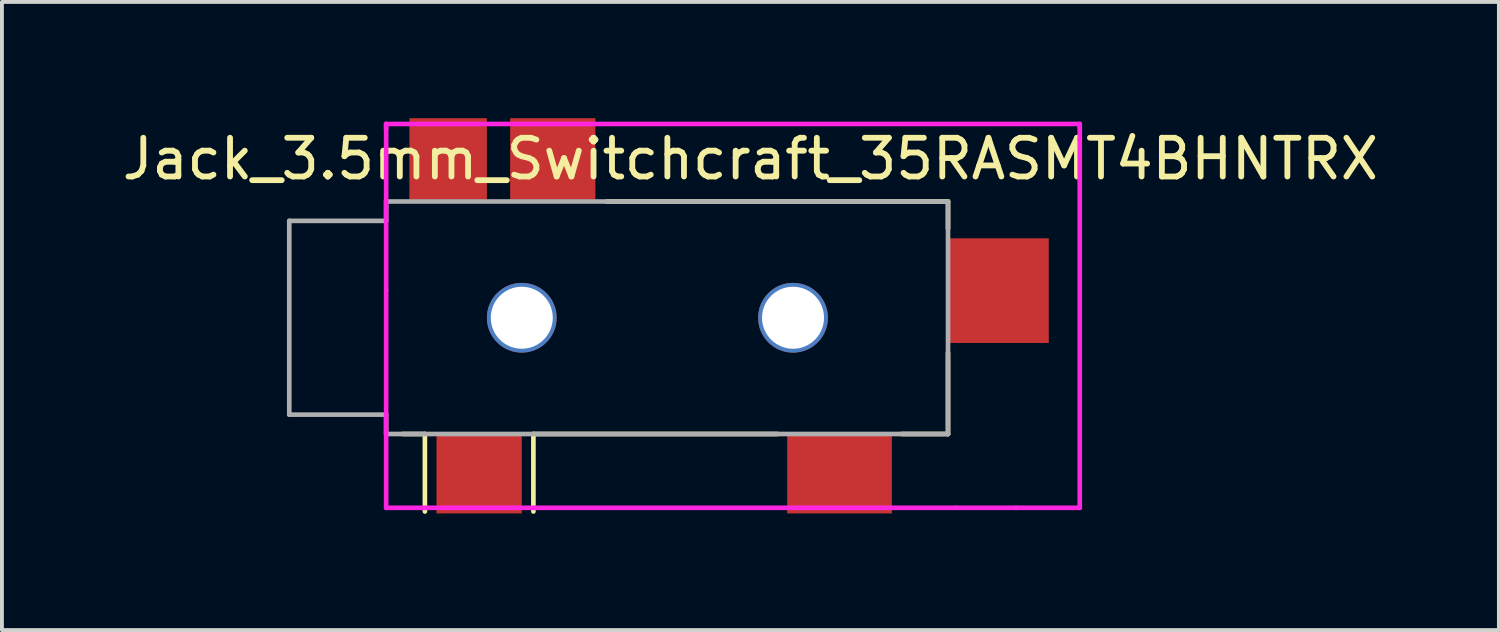
<source format=kicad_pcb>
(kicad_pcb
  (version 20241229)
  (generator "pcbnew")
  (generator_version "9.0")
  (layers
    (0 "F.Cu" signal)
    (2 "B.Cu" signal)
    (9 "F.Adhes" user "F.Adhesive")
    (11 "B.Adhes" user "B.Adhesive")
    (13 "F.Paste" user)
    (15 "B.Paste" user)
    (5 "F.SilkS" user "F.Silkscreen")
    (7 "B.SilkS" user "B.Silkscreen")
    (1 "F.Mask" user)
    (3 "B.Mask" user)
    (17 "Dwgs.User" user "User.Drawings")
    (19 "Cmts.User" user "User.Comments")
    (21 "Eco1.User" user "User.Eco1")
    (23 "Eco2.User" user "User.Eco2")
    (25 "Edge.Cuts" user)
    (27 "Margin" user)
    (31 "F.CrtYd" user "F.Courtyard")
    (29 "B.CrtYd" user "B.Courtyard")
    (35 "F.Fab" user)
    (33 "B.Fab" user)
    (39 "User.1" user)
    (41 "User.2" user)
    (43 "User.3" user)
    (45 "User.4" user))
  (footprint "Jack_3.5mm_Switchcraft_35RASMT4BHNTRX"
    (layer "F.Cu")
    (at 6.915 8.15)
    (property "Reference" "Jack_3.5mm_Switchcraft_35RASMT4BHNTRX" (at 9.4 -7.1 0) (layer "F.SilkS") (effects (font (size 1 1) (thickness 0.15))))
    (attr through_hole)
    (fp_line (start 1 0) (end 0.425 0) (stroke (width 0.12) (type solid)) (layer "F.SilkS"))
    (fp_line (start 1 0) (end 1 2) (stroke (width 0.12) (type solid)) (layer "F.SilkS"))
    (fp_line (start 3.8 0) (end 3.8 2) (stroke (width 0.12) (type solid)) (layer "F.SilkS"))
    (fp_line (start 5.7 -6) (end 14.5 -6) (stroke (width 0.12) (type solid)) (layer "F.SilkS"))
    (fp_line (start 10.1 0) (end 3.8 0) (stroke (width 0.12) (type solid)) (layer "F.SilkS"))
    (fp_line (start 14.5 -6) (end 14.5 -5.3) (stroke (width 0.12) (type solid)) (layer "F.SilkS"))
    (fp_line (start 14.5 -2.1) (end 14.5 0) (stroke (width 0.12) (type solid)) (layer "F.SilkS"))
    (fp_line (start 14.5 0) (end 13.3 0) (stroke (width 0.12) (type solid)) (layer "F.SilkS"))
    (fp_line (start 0 -8.001) (end 0 -3.7) (stroke (width 0.12) (type solid)) (layer "F.CrtYd"))
    (fp_line (start 0 -7.874) (end 0 -8.001) (stroke (width 0.12) (type solid)) (layer "F.CrtYd"))
    (fp_line (start 0 -3.7) (end 0 1.905) (stroke (width 0.12) (type solid)) (layer "F.CrtYd"))
    (fp_line (start 0 1.905) (end 3.302 1.905) (stroke (width 0.12) (type solid)) (layer "F.CrtYd"))
    (fp_line (start 3.3 1.905) (end 14.7 1.905) (stroke (width 0.12) (type solid)) (layer "F.CrtYd"))
    (fp_line (start 14.7 1.905) (end 16.256 1.905) (stroke (width 0.12) (type solid)) (layer "F.CrtYd"))
    (fp_line (start 16.256 1.905) (end 17.9 1.905) (stroke (width 0.12) (type solid)) (layer "F.CrtYd"))
    (fp_line (start 17.9 -8.001) (end 0 -8.001) (stroke (width 0.12) (type solid)) (layer "F.CrtYd"))
    (fp_line (start 17.9 -7.9) (end 17.9 -8.001) (stroke (width 0.12) (type solid)) (layer "F.CrtYd"))
    (fp_line (start 17.9 -7.6) (end 17.9 -7.9) (stroke (width 0.12) (type solid)) (layer "F.CrtYd"))
    (fp_line (start 17.9 1.905) (end 17.9 -7.6) (stroke (width 0.12) (type solid)) (layer "F.CrtYd"))
    (fp_line (start -2.5 -5.5) (end -2.5 -0.5) (stroke (width 0.12) (type solid)) (layer "F.Fab"))
    (fp_line (start -2.5 -0.5) (end 0 -0.5) (stroke (width 0.12) (type solid)) (layer "F.Fab"))
    (fp_line (start 0 -6) (end 0 -5.5) (stroke (width 0.12) (type solid)) (layer "F.Fab"))
    (fp_line (start 0 -5.5) (end -2.5 -5.5) (stroke (width 0.12) (type solid)) (layer "F.Fab"))
    (fp_line (start 0 -0.5) (end 0 0) (stroke (width 0.12) (type solid)) (layer "F.Fab"))
    (fp_line (start 0 0) (end 14.5 0) (stroke (width 0.12) (type solid)) (layer "F.Fab"))
    (fp_line (start 14.5 -6) (end 0 -6) (stroke (width 0.12) (type solid)) (layer "F.Fab"))
    (fp_line (start 14.5 0) (end 14.5 -6) (stroke (width 0.12) (type solid)) (layer "F.Fab"))
    (pad "" np_thru_hole circle (at 3.5 -3) (size 1.8 1.8) (drill 1.6) (layers "*.Cu" "*.Mask"))
    (pad "" np_thru_hole circle (at 10.5 -3) (size 1.8 1.8) (drill 1.6) (layers "*.Cu" "*.Mask"))
    (pad "R" smd rect (at 2.4 1) (size 2.2 2.1) (layers "F.Cu" "F.Mask" "F.Paste"))
    (pad "RN" smd rect (at 15.8 -3.7) (size 2.6 2.7) (layers "F.Cu" "F.Mask" "F.Paste"))
    (pad "S" smd rect (at 4.3 -7.1) (size 2.2 2.1) (layers "F.Cu" "F.Mask" "F.Paste"))
    (pad "T" smd rect (at 11.7 1) (size 2.7 2.1) (layers "F.Cu" "F.Mask" "F.Paste"))
    (pad "TN" smd rect (at 1.6 -7.1) (size 2 2.1) (layers "F.Cu" "F.Mask" "F.Paste")))
  (gr_rect
    (start -3 -3)
    (end 35.631 13.21)
    (stroke (width 0.1) (type default))
    (fill no)
    (layer "Edge.Cuts")))
</source>
